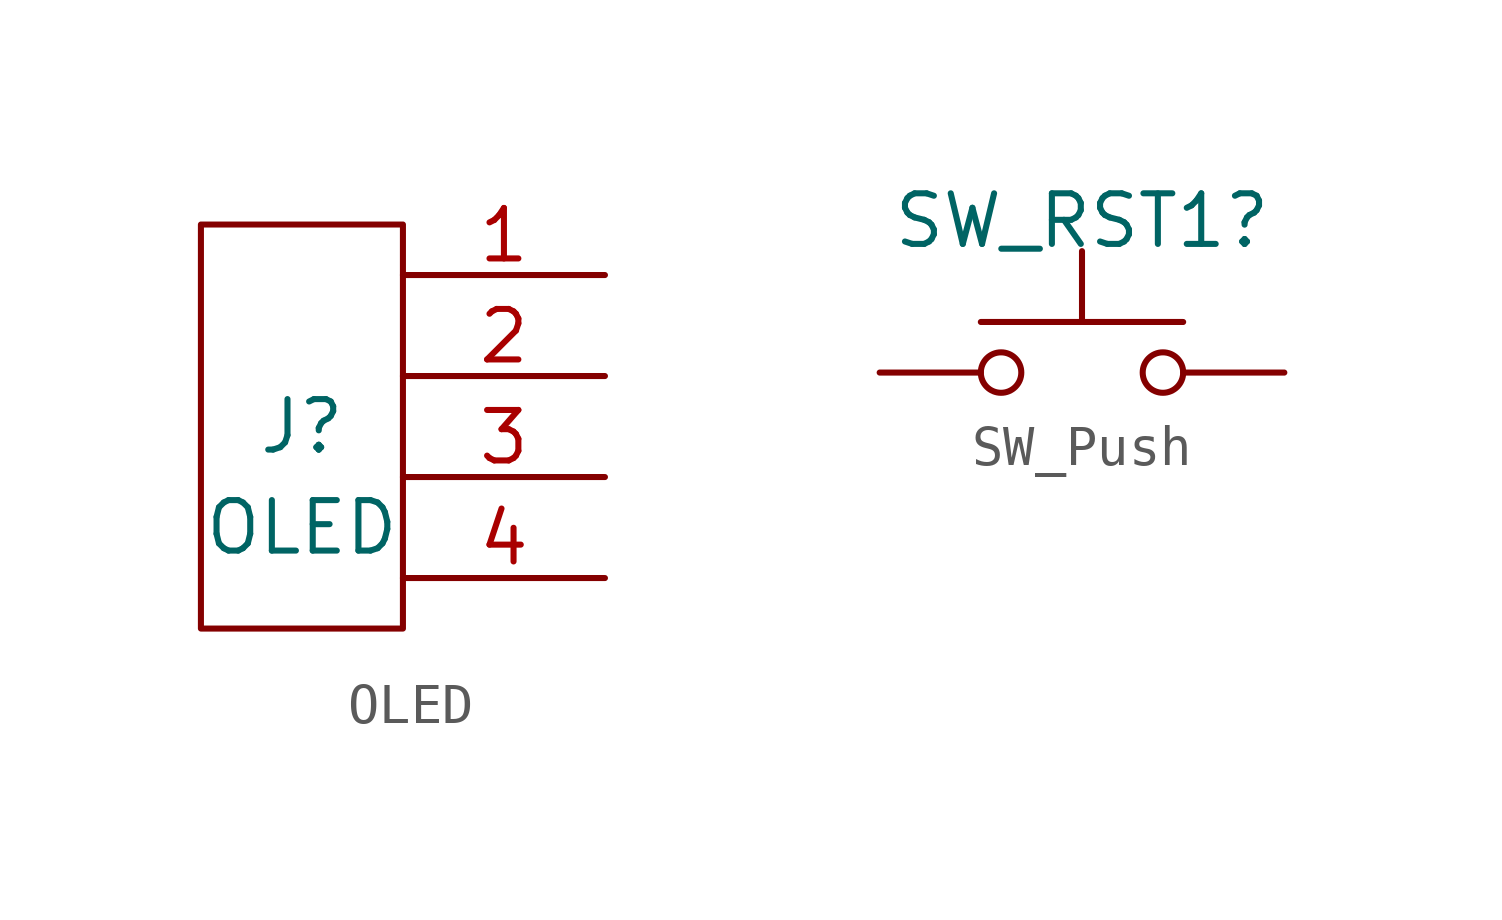
<source format=kicad_sym>
(kicad_symbol_lib
  (version 20220914)
  (generator kicad_symbol_editor)
  (symbol "OLED"
    (property "Reference" "J"
      (at 0 0 0)
      (do_not_autoplace)
      (effects (font (size 1.27 1.27))))
    (property "Value" "OLED"
      (at 0 -2.54 0)
      (do_not_autoplace)
      (effects (font (size 1.27 1.27))))
    (symbol "OLED_0_1"
      (rectangle (start -2.54 5.08) (end 2.54 -5.08) (stroke (width 0) (type default)) (fill (type none))))
    (symbol "OLED_1_1"
      (pin bidirectional line (at 7.62 3.81 180) (length 5.08) (name "" (effects (font (size 1.27 1.27)))) (number "1" (effects (font (size 1.27 1.27)))))
      (pin bidirectional line (at 7.62 1.27 180) (length 5.08) (name "" (effects (font (size 1.27 1.27)))) (number "2" (effects (font (size 1.27 1.27)))))
      (pin bidirectional line (at 7.62 -1.27 180) (length 5.08) (name "" (effects (font (size 1.27 1.27)))) (number "3" (effects (font (size 1.27 1.27)))))
      (pin bidirectional line (at 7.62 -3.81 180) (length 5.08) (name "" (effects (font (size 1.27 1.27)))) (number "4" (effects (font (size 1.27 1.27)))))))
  (symbol "SW_Push"
    (pin_numbers hide)
    (pin_names
      (offset 1.016) hide)
    (property "Reference" "SW_RST1"
      (at 0 3.81 0)
      (effects (font (size 1.27 1.27))))
    (symbol "SW_Push_0_1"
      (circle (center -2.032 0) (radius 0.508) (stroke (width 0) (type default)) (fill (type none)))
      (polyline (pts (xy 0 1.27) (xy 0 3.048)) (stroke (width 0) (type default)) (fill (type none)))
      (polyline (pts (xy 2.54 1.27) (xy -2.54 1.27)) (stroke (width 0) (type default)) (fill (type none)))
      (circle (center 2.032 0) (radius 0.508) (stroke (width 0) (type default)) (fill (type none)))
      (pin passive line (at -5.08 0 0) (length 2.54) (name "1" (effects (font (size 1.27 1.27)))) (number "1" (effects (font (size 1.27 1.27)))))
      (pin passive line (at 5.08 0 180) (length 2.54) (name "2" (effects (font (size 1.27 1.27)))) (number "2" (effects (font (size 1.27 1.27))))))))
</source>
